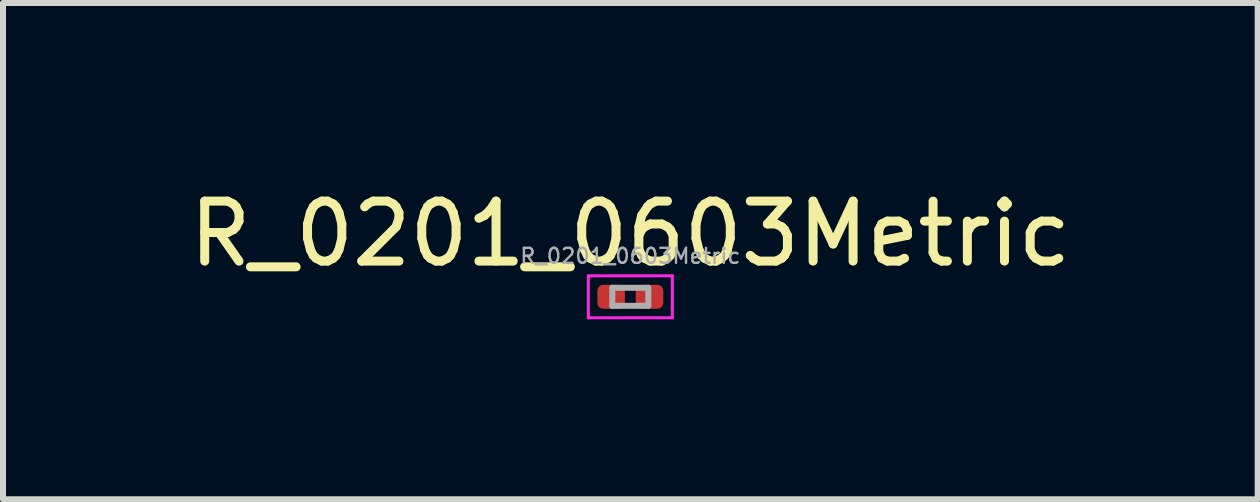
<source format=kicad_pcb>
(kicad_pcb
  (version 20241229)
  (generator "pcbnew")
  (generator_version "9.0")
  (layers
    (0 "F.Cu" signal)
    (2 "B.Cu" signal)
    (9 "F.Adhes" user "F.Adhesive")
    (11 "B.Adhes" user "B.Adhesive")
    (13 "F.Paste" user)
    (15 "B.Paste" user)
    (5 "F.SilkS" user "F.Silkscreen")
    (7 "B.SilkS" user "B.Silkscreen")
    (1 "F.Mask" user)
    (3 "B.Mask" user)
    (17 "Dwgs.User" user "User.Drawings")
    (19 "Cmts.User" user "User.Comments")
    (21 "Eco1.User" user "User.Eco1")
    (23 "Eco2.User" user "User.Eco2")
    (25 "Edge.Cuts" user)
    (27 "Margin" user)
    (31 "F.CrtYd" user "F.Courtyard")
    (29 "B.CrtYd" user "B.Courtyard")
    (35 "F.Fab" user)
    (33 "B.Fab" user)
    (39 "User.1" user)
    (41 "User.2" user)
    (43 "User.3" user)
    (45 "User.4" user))
  (footprint "R_0201_0603Metric"
    (layer "F.Cu")
    (at 7.458 1.898)
    (property "Reference" "R_0201_0603Metric" (at 0 -1.05 0) (layer "F.SilkS") (effects (font (size 1 1) (thickness 0.15))))
    (attr smd)
    (fp_line (start -0.7 -0.35) (end 0.7 -0.35) (stroke (width 0.05) (type solid)) (layer "F.CrtYd"))
    (fp_line (start -0.7 0.35) (end -0.7 -0.35) (stroke (width 0.05) (type solid)) (layer "F.CrtYd"))
    (fp_line (start 0.7 -0.35) (end 0.7 0.35) (stroke (width 0.05) (type solid)) (layer "F.CrtYd"))
    (fp_line (start 0.7 0.35) (end -0.7 0.35) (stroke (width 0.05) (type solid)) (layer "F.CrtYd"))
    (fp_line (start -0.3 -0.15) (end 0.3 -0.15) (stroke (width 0.1) (type solid)) (layer "F.Fab"))
    (fp_line (start -0.3 0.15) (end -0.3 -0.15) (stroke (width 0.1) (type solid)) (layer "F.Fab"))
    (fp_line (start 0.3 -0.15) (end 0.3 0.15) (stroke (width 0.1) (type solid)) (layer "F.Fab"))
    (fp_line (start 0.3 0.15) (end -0.3 0.15) (stroke (width 0.1) (type solid)) (layer "F.Fab"))
    (fp_text user "${REFERENCE}" (at 0 -0.68 0) (layer "F.Fab") (effects (font (size 0.25 0.25) (thickness 0.04))))
    (pad "" smd roundrect (at -0.345 0) (size 0.318 0.36) (layers "F.Paste") (roundrect_rratio 0.25))
    (pad "" smd roundrect (at 0.345 0) (size 0.318 0.36) (layers "F.Paste") (roundrect_rratio 0.25))
    (pad "1" smd roundrect (at -0.32 0) (size 0.46 0.4) (layers "F.Cu" "F.Mask") (roundrect_rratio 0.25))
    (pad "2" smd roundrect (at 0.32 0) (size 0.46 0.4) (layers "F.Cu" "F.Mask") (roundrect_rratio 0.25)))
  (gr_rect
    (start -3 -3)
    (end 17.917 5.273)
    (stroke (width 0.1) (type default))
    (fill no)
    (layer "Edge.Cuts")))
</source>
